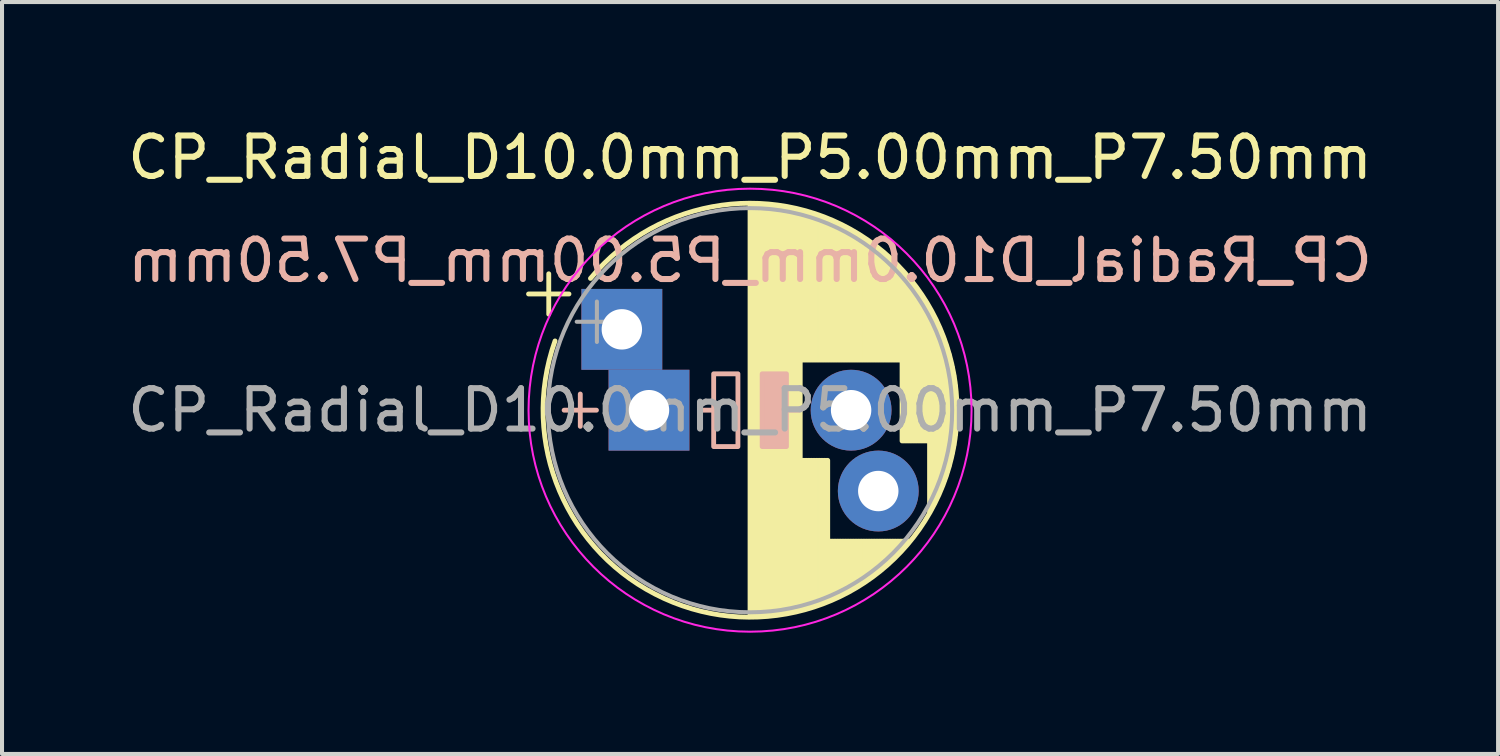
<source format=kicad_pcb>
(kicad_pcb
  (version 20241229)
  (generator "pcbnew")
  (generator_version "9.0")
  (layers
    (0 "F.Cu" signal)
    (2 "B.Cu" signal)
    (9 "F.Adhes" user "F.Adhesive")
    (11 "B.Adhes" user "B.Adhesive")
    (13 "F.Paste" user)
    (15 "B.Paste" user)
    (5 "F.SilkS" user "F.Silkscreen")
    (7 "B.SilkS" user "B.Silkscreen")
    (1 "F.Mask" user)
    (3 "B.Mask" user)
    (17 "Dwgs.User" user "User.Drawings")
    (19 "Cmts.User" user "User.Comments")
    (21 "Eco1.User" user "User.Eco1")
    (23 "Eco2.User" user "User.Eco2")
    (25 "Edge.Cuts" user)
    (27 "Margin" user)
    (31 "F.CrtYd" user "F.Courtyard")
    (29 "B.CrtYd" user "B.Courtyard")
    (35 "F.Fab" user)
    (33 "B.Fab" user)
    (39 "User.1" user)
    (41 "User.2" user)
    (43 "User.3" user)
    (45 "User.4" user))
  (footprint "CP_Radial_D10.0mm_P5.00mm_P7.50mm"
    (layer "F.Cu")
    (at 13.006 7.098)
    (property "Reference" "CP_Radial_D10.0mm_P5.00mm_P7.50mm" (at 2.5 -6.25 0) (layer "F.SilkS") (effects (font (size 1 1) (thickness 0.15))))
    (fp_line (start -2.98 -2.875) (end -1.98 -2.875) (stroke (width 0.12) (type solid)) (layer "F.SilkS"))
    (fp_line (start -2.48 -3.375) (end -2.48 -2.375) (stroke (width 0.12) (type solid)) (layer "F.SilkS"))
    (fp_line (start 2.5 -5.08) (end 2.5 5.08) (stroke (width 0.12) (type solid)) (layer "F.SilkS"))
    (fp_line (start 2.54 -5.08) (end 2.54 5.08) (stroke (width 0.12) (type solid)) (layer "F.SilkS"))
    (fp_line (start 2.58 -5.08) (end 2.58 5.08) (stroke (width 0.12) (type solid)) (layer "F.SilkS"))
    (fp_line (start 2.62 -5.079) (end 2.62 5.079) (stroke (width 0.12) (type solid)) (layer "F.SilkS"))
    (fp_line (start 2.66 -5.078) (end 2.66 5.078) (stroke (width 0.12) (type solid)) (layer "F.SilkS"))
    (fp_line (start 2.7 -5.077) (end 2.7 5.077) (stroke (width 0.12) (type solid)) (layer "F.SilkS"))
    (fp_line (start 2.74 -5.075) (end 2.74 5.075) (stroke (width 0.12) (type solid)) (layer "F.SilkS"))
    (fp_line (start 2.78 -5.073) (end 2.78 5.073) (stroke (width 0.12) (type solid)) (layer "F.SilkS"))
    (fp_line (start 2.82 -5.07) (end 2.82 5.07) (stroke (width 0.12) (type solid)) (layer "F.SilkS"))
    (fp_line (start 2.86 -5.068) (end 2.86 5.068) (stroke (width 0.12) (type solid)) (layer "F.SilkS"))
    (fp_line (start 2.9 -5.065) (end 2.9 5.065) (stroke (width 0.12) (type solid)) (layer "F.SilkS"))
    (fp_line (start 2.94 -5.062) (end 2.94 5.062) (stroke (width 0.12) (type solid)) (layer "F.SilkS"))
    (fp_line (start 2.98 -5.058) (end 2.98 5.058) (stroke (width 0.12) (type solid)) (layer "F.SilkS"))
    (fp_line (start 3.02 -5.054) (end 3.02 5.054) (stroke (width 0.12) (type solid)) (layer "F.SilkS"))
    (fp_line (start 3.06 -5.05) (end 3.06 5.05) (stroke (width 0.12) (type solid)) (layer "F.SilkS"))
    (fp_line (start 3.1 -5.045) (end 3.1 5.045) (stroke (width 0.12) (type solid)) (layer "F.SilkS"))
    (fp_line (start 3.14 -5.04) (end 3.14 5.04) (stroke (width 0.12) (type solid)) (layer "F.SilkS"))
    (fp_line (start 3.18 -5.035) (end 3.18 5.035) (stroke (width 0.12) (type solid)) (layer "F.SilkS"))
    (fp_line (start 3.221 -5.03) (end 3.221 5.03) (stroke (width 0.12) (type solid)) (layer "F.SilkS"))
    (fp_line (start 3.261 -5.024) (end 3.261 5.024) (stroke (width 0.12) (type solid)) (layer "F.SilkS"))
    (fp_line (start 3.301 -5.018) (end 3.301 5.018) (stroke (width 0.12) (type solid)) (layer "F.SilkS"))
    (fp_line (start 3.341 -5.011) (end 3.341 5.011) (stroke (width 0.12) (type solid)) (layer "F.SilkS"))
    (fp_line (start 3.381 -5.004) (end 3.381 5.004) (stroke (width 0.12) (type solid)) (layer "F.SilkS"))
    (fp_line (start 3.421 -4.997) (end 3.421 4.997) (stroke (width 0.12) (type solid)) (layer "F.SilkS"))
    (fp_line (start 3.461 -4.99) (end 3.461 4.99) (stroke (width 0.12) (type solid)) (layer "F.SilkS"))
    (fp_line (start 3.501 -4.982) (end 3.501 4.982) (stroke (width 0.12) (type solid)) (layer "F.SilkS"))
    (fp_line (start 3.541 -4.974) (end 3.541 4.974) (stroke (width 0.12) (type solid)) (layer "F.SilkS"))
    (fp_line (start 3.581 -4.965) (end 3.581 4.965) (stroke (width 0.12) (type solid)) (layer "F.SilkS"))
    (fp_line (start 3.621 -4.956) (end 3.621 4.956) (stroke (width 0.12) (type solid)) (layer "F.SilkS"))
    (fp_line (start 3.661 -4.947) (end 3.661 4.947) (stroke (width 0.12) (type solid)) (layer "F.SilkS"))
    (fp_line (start 3.701 -4.938) (end 3.701 4.938) (stroke (width 0.12) (type solid)) (layer "F.SilkS"))
    (fp_line (start 3.741 -4.928) (end 3.741 4.928) (stroke (width 0.12) (type solid)) (layer "F.SilkS"))
    (fp_line (start 3.781 -4.918) (end 3.781 -1.241) (stroke (width 0.12) (type solid)) (layer "F.SilkS"))
    (fp_line (start 3.781 1.241) (end 3.781 4.918) (stroke (width 0.12) (type solid)) (layer "F.SilkS"))
    (fp_line (start 3.821 -4.907) (end 3.821 -1.241) (stroke (width 0.12) (type solid)) (layer "F.SilkS"))
    (fp_line (start 3.821 1.241) (end 3.821 4.907) (stroke (width 0.12) (type solid)) (layer "F.SilkS"))
    (fp_line (start 3.861 -4.897) (end 3.861 -1.241) (stroke (width 0.12) (type solid)) (layer "F.SilkS"))
    (fp_line (start 3.861 1.241) (end 3.861 4.897) (stroke (width 0.12) (type solid)) (layer "F.SilkS"))
    (fp_line (start 3.901 -4.885) (end 3.901 -1.241) (stroke (width 0.12) (type solid)) (layer "F.SilkS"))
    (fp_line (start 3.901 1.241) (end 3.901 4.885) (stroke (width 0.12) (type solid)) (layer "F.SilkS"))
    (fp_line (start 3.941 -4.874) (end 3.941 -1.241) (stroke (width 0.12) (type solid)) (layer "F.SilkS"))
    (fp_line (start 3.941 1.241) (end 3.941 4.874) (stroke (width 0.12) (type solid)) (layer "F.SilkS"))
    (fp_line (start 3.981 -4.862) (end 3.981 -1.241) (stroke (width 0.12) (type solid)) (layer "F.SilkS"))
    (fp_line (start 3.981 1.241) (end 3.981 4.862) (stroke (width 0.12) (type solid)) (layer "F.SilkS"))
    (fp_line (start 4.021 -4.85) (end 4.021 -1.241) (stroke (width 0.12) (type solid)) (layer "F.SilkS"))
    (fp_line (start 4.021 1.241) (end 4.021 4.85) (stroke (width 0.12) (type solid)) (layer "F.SilkS"))
    (fp_line (start 4.061 -4.837) (end 4.061 -1.241) (stroke (width 0.12) (type solid)) (layer "F.SilkS"))
    (fp_line (start 4.061 1.241) (end 4.061 4.837) (stroke (width 0.12) (type solid)) (layer "F.SilkS"))
    (fp_line (start 4.101 -4.824) (end 4.101 -1.241) (stroke (width 0.12) (type solid)) (layer "F.SilkS"))
    (fp_line (start 4.101 1.241) (end 4.101 4.824) (stroke (width 0.12) (type solid)) (layer "F.SilkS"))
    (fp_line (start 4.141 -4.811) (end 4.141 -1.241) (stroke (width 0.12) (type solid)) (layer "F.SilkS"))
    (fp_line (start 4.141 1.241) (end 4.141 4.811) (stroke (width 0.12) (type solid)) (layer "F.SilkS"))
    (fp_line (start 4.181 -4.797) (end 4.181 -1.241) (stroke (width 0.12) (type solid)) (layer "F.SilkS"))
    (fp_line (start 4.181 1.241) (end 4.181 4.797) (stroke (width 0.12) (type solid)) (layer "F.SilkS"))
    (fp_line (start 4.221 -4.783) (end 4.221 -1.241) (stroke (width 0.12) (type solid)) (layer "F.SilkS"))
    (fp_line (start 4.221 1.241) (end 4.221 4.783) (stroke (width 0.12) (type solid)) (layer "F.SilkS"))
    (fp_line (start 4.261 -4.768) (end 4.261 -1.241) (stroke (width 0.12) (type solid)) (layer "F.SilkS"))
    (fp_line (start 4.261 1.241) (end 4.261 4.768) (stroke (width 0.12) (type solid)) (layer "F.SilkS"))
    (fp_line (start 4.301 -4.754) (end 4.301 -1.241) (stroke (width 0.12) (type solid)) (layer "F.SilkS"))
    (fp_line (start 4.301 1.241) (end 4.301 4.754) (stroke (width 0.12) (type solid)) (layer "F.SilkS"))
    (fp_line (start 4.341 -4.738) (end 4.341 -1.241) (stroke (width 0.12) (type solid)) (layer "F.SilkS"))
    (fp_line (start 4.341 1.241) (end 4.341 4.738) (stroke (width 0.12) (type solid)) (layer "F.SilkS"))
    (fp_line (start 4.381 -4.723) (end 4.381 -1.241) (stroke (width 0.12) (type solid)) (layer "F.SilkS"))
    (fp_line (start 4.381 1.241) (end 4.381 4.723) (stroke (width 0.12) (type solid)) (layer "F.SilkS"))
    (fp_line (start 4.421 -4.707) (end 4.421 -1.241) (stroke (width 0.12) (type solid)) (layer "F.SilkS"))
    (fp_line (start 4.421 1.241) (end 4.421 4.707) (stroke (width 0.12) (type solid)) (layer "F.SilkS"))
    (fp_line (start 4.461 -4.69) (end 4.461 -1.241) (stroke (width 0.12) (type solid)) (layer "F.SilkS"))
    (fp_line (start 4.461 3.24) (end 4.461 4.69) (stroke (width 0.12) (type solid)) (layer "F.SilkS"))
    (fp_line (start 4.501 -4.674) (end 4.501 -1.241) (stroke (width 0.12) (type solid)) (layer "F.SilkS"))
    (fp_line (start 4.501 3.24) (end 4.501 4.674) (stroke (width 0.12) (type solid)) (layer "F.SilkS"))
    (fp_line (start 4.541 -4.657) (end 4.541 -1.241) (stroke (width 0.12) (type solid)) (layer "F.SilkS"))
    (fp_line (start 4.541 3.24) (end 4.541 4.657) (stroke (width 0.12) (type solid)) (layer "F.SilkS"))
    (fp_line (start 4.581 -4.639) (end 4.581 -1.241) (stroke (width 0.12) (type solid)) (layer "F.SilkS"))
    (fp_line (start 4.581 3.24) (end 4.581 4.639) (stroke (width 0.12) (type solid)) (layer "F.SilkS"))
    (fp_line (start 4.621 -4.621) (end 4.621 -1.241) (stroke (width 0.12) (type solid)) (layer "F.SilkS"))
    (fp_line (start 4.621 3.24) (end 4.621 4.621) (stroke (width 0.12) (type solid)) (layer "F.SilkS"))
    (fp_line (start 4.661 -4.603) (end 4.661 -1.241) (stroke (width 0.12) (type solid)) (layer "F.SilkS"))
    (fp_line (start 4.661 3.24) (end 4.661 4.603) (stroke (width 0.12) (type solid)) (layer "F.SilkS"))
    (fp_line (start 4.701 -4.584) (end 4.701 -1.241) (stroke (width 0.12) (type solid)) (layer "F.SilkS"))
    (fp_line (start 4.701 3.24) (end 4.701 4.584) (stroke (width 0.12) (type solid)) (layer "F.SilkS"))
    (fp_line (start 4.741 -4.564) (end 4.741 -1.241) (stroke (width 0.12) (type solid)) (layer "F.SilkS"))
    (fp_line (start 4.741 3.24) (end 4.741 4.564) (stroke (width 0.12) (type solid)) (layer "F.SilkS"))
    (fp_line (start 4.781 -4.545) (end 4.781 -1.241) (stroke (width 0.12) (type solid)) (layer "F.SilkS"))
    (fp_line (start 4.781 3.24) (end 4.781 4.545) (stroke (width 0.12) (type solid)) (layer "F.SilkS"))
    (fp_line (start 4.821 -4.525) (end 4.821 -1.241) (stroke (width 0.12) (type solid)) (layer "F.SilkS"))
    (fp_line (start 4.821 3.24) (end 4.821 4.525) (stroke (width 0.12) (type solid)) (layer "F.SilkS"))
    (fp_line (start 4.861 -4.504) (end 4.861 -1.241) (stroke (width 0.12) (type solid)) (layer "F.SilkS"))
    (fp_line (start 4.861 3.24) (end 4.861 4.504) (stroke (width 0.12) (type solid)) (layer "F.SilkS"))
    (fp_line (start 4.901 -4.483) (end 4.901 -1.241) (stroke (width 0.12) (type solid)) (layer "F.SilkS"))
    (fp_line (start 4.901 3.24) (end 4.901 4.483) (stroke (width 0.12) (type solid)) (layer "F.SilkS"))
    (fp_line (start 4.941 -4.462) (end 4.941 -1.241) (stroke (width 0.12) (type solid)) (layer "F.SilkS"))
    (fp_line (start 4.941 3.24) (end 4.941 4.462) (stroke (width 0.12) (type solid)) (layer "F.SilkS"))
    (fp_line (start 4.981 -4.44) (end 4.981 -1.241) (stroke (width 0.12) (type solid)) (layer "F.SilkS"))
    (fp_line (start 4.981 3.24) (end 4.981 4.44) (stroke (width 0.12) (type solid)) (layer "F.SilkS"))
    (fp_line (start 5.021 -4.417) (end 5.021 -1.241) (stroke (width 0.12) (type solid)) (layer "F.SilkS"))
    (fp_line (start 5.021 3.24) (end 5.021 4.417) (stroke (width 0.12) (type solid)) (layer "F.SilkS"))
    (fp_line (start 5.061 -4.395) (end 5.061 -1.241) (stroke (width 0.12) (type solid)) (layer "F.SilkS"))
    (fp_line (start 5.061 3.24) (end 5.061 4.395) (stroke (width 0.12) (type solid)) (layer "F.SilkS"))
    (fp_line (start 5.101 -4.371) (end 5.101 -1.241) (stroke (width 0.12) (type solid)) (layer "F.SilkS"))
    (fp_line (start 5.101 3.24) (end 5.101 4.371) (stroke (width 0.12) (type solid)) (layer "F.SilkS"))
    (fp_line (start 5.141 -4.347) (end 5.141 -1.241) (stroke (width 0.12) (type solid)) (layer "F.SilkS"))
    (fp_line (start 5.141 3.24) (end 5.141 4.347) (stroke (width 0.12) (type solid)) (layer "F.SilkS"))
    (fp_line (start 5.181 -4.323) (end 5.181 -1.241) (stroke (width 0.12) (type solid)) (layer "F.SilkS"))
    (fp_line (start 5.181 3.24) (end 5.181 4.323) (stroke (width 0.12) (type solid)) (layer "F.SilkS"))
    (fp_line (start 5.221 -4.298) (end 5.221 -1.241) (stroke (width 0.12) (type solid)) (layer "F.SilkS"))
    (fp_line (start 5.221 3.24) (end 5.221 4.298) (stroke (width 0.12) (type solid)) (layer "F.SilkS"))
    (fp_line (start 5.261 -4.273) (end 5.261 -1.241) (stroke (width 0.12) (type solid)) (layer "F.SilkS"))
    (fp_line (start 5.261 3.24) (end 5.261 4.273) (stroke (width 0.12) (type solid)) (layer "F.SilkS"))
    (fp_line (start 5.301 -4.247) (end 5.301 -1.241) (stroke (width 0.12) (type solid)) (layer "F.SilkS"))
    (fp_line (start 5.301 3.24) (end 5.301 4.247) (stroke (width 0.12) (type solid)) (layer "F.SilkS"))
    (fp_line (start 5.341 -4.221) (end 5.341 -1.241) (stroke (width 0.12) (type solid)) (layer "F.SilkS"))
    (fp_line (start 5.341 3.24) (end 5.341 4.221) (stroke (width 0.12) (type solid)) (layer "F.SilkS"))
    (fp_line (start 5.381 -4.194) (end 5.381 -1.241) (stroke (width 0.12) (type solid)) (layer "F.SilkS"))
    (fp_line (start 5.381 3.24) (end 5.381 4.194) (stroke (width 0.12) (type solid)) (layer "F.SilkS"))
    (fp_line (start 5.421 -4.166) (end 5.421 -1.241) (stroke (width 0.12) (type solid)) (layer "F.SilkS"))
    (fp_line (start 5.421 3.24) (end 5.421 4.166) (stroke (width 0.12) (type solid)) (layer "F.SilkS"))
    (fp_line (start 5.461 -4.138) (end 5.461 -1.241) (stroke (width 0.12) (type solid)) (layer "F.SilkS"))
    (fp_line (start 5.461 3.24) (end 5.461 4.138) (stroke (width 0.12) (type solid)) (layer "F.SilkS"))
    (fp_line (start 5.501 -4.11) (end 5.501 -1.241) (stroke (width 0.12) (type solid)) (layer "F.SilkS"))
    (fp_line (start 5.501 3.24) (end 5.501 4.11) (stroke (width 0.12) (type solid)) (layer "F.SilkS"))
    (fp_line (start 5.541 -4.08) (end 5.541 -1.241) (stroke (width 0.12) (type solid)) (layer "F.SilkS"))
    (fp_line (start 5.541 3.24) (end 5.541 4.08) (stroke (width 0.12) (type solid)) (layer "F.SilkS"))
    (fp_line (start 5.581 -4.05) (end 5.581 -1.241) (stroke (width 0.12) (type solid)) (layer "F.SilkS"))
    (fp_line (start 5.581 3.24) (end 5.581 4.05) (stroke (width 0.12) (type solid)) (layer "F.SilkS"))
    (fp_line (start 5.621 -4.02) (end 5.621 -1.241) (stroke (width 0.12) (type solid)) (layer "F.SilkS"))
    (fp_line (start 5.621 3.24) (end 5.621 4.02) (stroke (width 0.12) (type solid)) (layer "F.SilkS"))
    (fp_line (start 5.661 -3.989) (end 5.661 -1.241) (stroke (width 0.12) (type solid)) (layer "F.SilkS"))
    (fp_line (start 5.661 3.24) (end 5.661 3.989) (stroke (width 0.12) (type solid)) (layer "F.SilkS"))
    (fp_line (start 5.701 -3.957) (end 5.701 -1.241) (stroke (width 0.12) (type solid)) (layer "F.SilkS"))
    (fp_line (start 5.701 3.24) (end 5.701 3.957) (stroke (width 0.12) (type solid)) (layer "F.SilkS"))
    (fp_line (start 5.741 -3.925) (end 5.741 -1.241) (stroke (width 0.12) (type solid)) (layer "F.SilkS"))
    (fp_line (start 5.741 3.24) (end 5.741 3.925) (stroke (width 0.12) (type solid)) (layer "F.SilkS"))
    (fp_line (start 5.781 -3.892) (end 5.781 -1.241) (stroke (width 0.12) (type solid)) (layer "F.SilkS"))
    (fp_line (start 5.781 3.24) (end 5.781 3.892) (stroke (width 0.12) (type solid)) (layer "F.SilkS"))
    (fp_line (start 5.821 -3.858) (end 5.821 -1.241) (stroke (width 0.12) (type solid)) (layer "F.SilkS"))
    (fp_line (start 5.821 3.24) (end 5.821 3.858) (stroke (width 0.12) (type solid)) (layer "F.SilkS"))
    (fp_line (start 5.861 -3.824) (end 5.861 -1.241) (stroke (width 0.12) (type solid)) (layer "F.SilkS"))
    (fp_line (start 5.861 3.24) (end 5.861 3.824) (stroke (width 0.12) (type solid)) (layer "F.SilkS"))
    (fp_line (start 5.901 -3.789) (end 5.901 -1.241) (stroke (width 0.12) (type solid)) (layer "F.SilkS"))
    (fp_line (start 5.901 3.24) (end 5.901 3.789) (stroke (width 0.12) (type solid)) (layer "F.SilkS"))
    (fp_line (start 5.941 -3.753) (end 5.941 -1.241) (stroke (width 0.12) (type solid)) (layer "F.SilkS"))
    (fp_line (start 5.941 3.24) (end 5.941 3.753) (stroke (width 0.12) (type solid)) (layer "F.SilkS"))
    (fp_line (start 5.981 -3.716) (end 5.981 -1.241) (stroke (width 0.12) (type solid)) (layer "F.SilkS"))
    (fp_line (start 5.981 3.24) (end 5.981 3.716) (stroke (width 0.12) (type solid)) (layer "F.SilkS"))
    (fp_line (start 6.021 -3.679) (end 6.021 -1.241) (stroke (width 0.12) (type solid)) (layer "F.SilkS"))
    (fp_line (start 6.021 3.24) (end 6.021 3.679) (stroke (width 0.12) (type solid)) (layer "F.SilkS"))
    (fp_line (start 6.061 -3.64) (end 6.061 -1.241) (stroke (width 0.12) (type solid)) (layer "F.SilkS"))
    (fp_line (start 6.061 3.24) (end 6.061 3.64) (stroke (width 0.12) (type solid)) (layer "F.SilkS"))
    (fp_line (start 6.101 -3.601) (end 6.101 -1.241) (stroke (width 0.12) (type solid)) (layer "F.SilkS"))
    (fp_line (start 6.101 3.24) (end 6.101 3.601) (stroke (width 0.12) (type solid)) (layer "F.SilkS"))
    (fp_line (start 6.141 -3.561) (end 6.141 -1.241) (stroke (width 0.12) (type solid)) (layer "F.SilkS"))
    (fp_line (start 6.141 3.24) (end 6.141 3.561) (stroke (width 0.12) (type solid)) (layer "F.SilkS"))
    (fp_line (start 6.181 -3.52) (end 6.181 -1.241) (stroke (width 0.12) (type solid)) (layer "F.SilkS"))
    (fp_line (start 6.181 3.24) (end 6.181 3.52) (stroke (width 0.12) (type solid)) (layer "F.SilkS"))
    (fp_line (start 6.221 -3.478) (end 6.221 -1.241) (stroke (width 0.12) (type solid)) (layer "F.SilkS"))
    (fp_line (start 6.221 3.24) (end 6.221 3.478) (stroke (width 0.12) (type solid)) (layer "F.SilkS"))
    (fp_line (start 6.261 -3.436) (end 6.261 0.76) (stroke (width 0.12) (type solid)) (layer "F.SilkS"))
    (fp_line (start 6.261 3.24) (end 6.261 3.436) (stroke (width 0.12) (type solid)) (layer "F.SilkS"))
    (fp_line (start 6.301 -3.392) (end 6.301 0.76) (stroke (width 0.12) (type solid)) (layer "F.SilkS"))
    (fp_line (start 6.301 3.24) (end 6.301 3.392) (stroke (width 0.12) (type solid)) (layer "F.SilkS"))
    (fp_line (start 6.341 -3.347) (end 6.341 0.76) (stroke (width 0.12) (type solid)) (layer "F.SilkS"))
    (fp_line (start 6.341 3.24) (end 6.341 3.347) (stroke (width 0.12) (type solid)) (layer "F.SilkS"))
    (fp_line (start 6.381 -3.301) (end 6.381 0.76) (stroke (width 0.12) (type solid)) (layer "F.SilkS"))
    (fp_line (start 6.381 3.24) (end 6.381 3.301) (stroke (width 0.12) (type solid)) (layer "F.SilkS"))
    (fp_line (start 6.421 -3.254) (end 6.421 0.76) (stroke (width 0.12) (type solid)) (layer "F.SilkS"))
    (fp_line (start 6.421 3.24) (end 6.421 3.254) (stroke (width 0.12) (type solid)) (layer "F.SilkS"))
    (fp_line (start 6.461 -3.206) (end 6.461 0.76) (stroke (width 0.12) (type solid)) (layer "F.SilkS"))
    (fp_line (start 6.501 -3.156) (end 6.501 0.76) (stroke (width 0.12) (type solid)) (layer "F.SilkS"))
    (fp_line (start 6.541 -3.106) (end 6.541 0.76) (stroke (width 0.12) (type solid)) (layer "F.SilkS"))
    (fp_line (start 6.581 -3.054) (end 6.581 0.76) (stroke (width 0.12) (type solid)) (layer "F.SilkS"))
    (fp_line (start 6.621 -3) (end 6.621 0.76) (stroke (width 0.12) (type solid)) (layer "F.SilkS"))
    (fp_line (start 6.661 -2.945) (end 6.661 0.76) (stroke (width 0.12) (type solid)) (layer "F.SilkS"))
    (fp_line (start 6.701 -2.889) (end 6.701 0.76) (stroke (width 0.12) (type solid)) (layer "F.SilkS"))
    (fp_line (start 6.741 -2.83) (end 6.741 0.76) (stroke (width 0.12) (type solid)) (layer "F.SilkS"))
    (fp_line (start 6.781 -2.77) (end 6.781 0.76) (stroke (width 0.12) (type solid)) (layer "F.SilkS"))
    (fp_line (start 6.821 -2.709) (end 6.821 0.76) (stroke (width 0.12) (type solid)) (layer "F.SilkS"))
    (fp_line (start 6.861 -2.645) (end 6.861 0.76) (stroke (width 0.12) (type solid)) (layer "F.SilkS"))
    (fp_line (start 6.901 -2.579) (end 6.901 0.76) (stroke (width 0.12) (type solid)) (layer "F.SilkS"))
    (fp_line (start 6.941 -2.51) (end 6.941 2.51) (stroke (width 0.12) (type solid)) (layer "F.SilkS"))
    (fp_line (start 6.981 -2.439) (end 6.981 2.439) (stroke (width 0.12) (type solid)) (layer "F.SilkS"))
    (fp_line (start 7.021 -2.365) (end 7.021 2.365) (stroke (width 0.12) (type solid)) (layer "F.SilkS"))
    (fp_line (start 7.061 -2.289) (end 7.061 2.289) (stroke (width 0.12) (type solid)) (layer "F.SilkS"))
    (fp_line (start 7.101 -2.209) (end 7.101 2.209) (stroke (width 0.12) (type solid)) (layer "F.SilkS"))
    (fp_line (start 7.141 -2.125) (end 7.141 2.125) (stroke (width 0.12) (type solid)) (layer "F.SilkS"))
    (fp_line (start 7.181 -2.037) (end 7.181 2.037) (stroke (width 0.12) (type solid)) (layer "F.SilkS"))
    (fp_line (start 7.221 -1.944) (end 7.221 1.944) (stroke (width 0.12) (type solid)) (layer "F.SilkS"))
    (fp_line (start 7.261 -1.846) (end 7.261 1.846) (stroke (width 0.12) (type solid)) (layer "F.SilkS"))
    (fp_line (start 7.301 -1.742) (end 7.301 1.742) (stroke (width 0.12) (type solid)) (layer "F.SilkS"))
    (fp_line (start 7.341 -1.63) (end 7.341 1.63) (stroke (width 0.12) (type solid)) (layer "F.SilkS"))
    (fp_line (start 7.381 -1.51) (end 7.381 1.51) (stroke (width 0.12) (type solid)) (layer "F.SilkS"))
    (fp_line (start 7.421 -1.378) (end 7.421 1.378) (stroke (width 0.12) (type solid)) (layer "F.SilkS"))
    (fp_line (start 7.461 -1.23) (end 7.461 1.23) (stroke (width 0.12) (type solid)) (layer "F.SilkS"))
    (fp_line (start 7.501 -1.062) (end 7.501 1.062) (stroke (width 0.12) (type solid)) (layer "F.SilkS"))
    (fp_line (start 7.541 -0.862) (end 7.541 0.862) (stroke (width 0.12) (type solid)) (layer "F.SilkS"))
    (fp_line (start 7.581 -0.599) (end 7.581 0.599) (stroke (width 0.12) (type solid)) (layer "F.SilkS"))
    (fp_arc (start -1.448012 -3.26) (mid 6.954126 2.524908) (end -2.324903 -1.713098) (stroke (width 0.12) (type solid)) (layer "F.SilkS"))
    (fp_line (start -1.7 -0.4) (end -1.7 0.4) (stroke (width 0.12) (type solid)) (layer "B.SilkS"))
    (fp_line (start -1.3 0) (end -2.1 0) (stroke (width 0.12) (type solid)) (layer "B.SilkS"))
    (fp_line (start 1.6 0) (end 1.3 0) (stroke (width 0.12) (type solid)) (layer "B.SilkS"))
    (fp_line (start 3.7 0) (end 3.4 0) (stroke (width 0.12) (type solid)) (layer "B.SilkS"))
    (fp_rect (start 2.2 -0.9) (end 1.6 0.9) (stroke (width 0.12) (type solid)) (fill no) (layer "B.SilkS"))
    (fp_rect (start 3.4 -0.9) (end 2.8 0.9) (stroke (width 0.12) (type solid)) (fill yes) (layer "B.SilkS"))
    (fp_circle (center 2.5 0) (end 7.98 0) (stroke (width 0.05) (type solid)) (fill no) (layer "F.CrtYd"))
    (fp_line (start -1.789 -2.188) (end -0.789 -2.188) (stroke (width 0.1) (type solid)) (layer "F.Fab"))
    (fp_line (start -1.289 -2.688) (end -1.289 -1.688) (stroke (width 0.1) (type solid)) (layer "F.Fab"))
    (fp_circle (center 2.5 0) (end 7.5 0) (stroke (width 0.1) (type solid)) (fill no) (layer "F.Fab"))
    (fp_text user "${REFERENCE}" (at 2.5 -3.7 0) (layer "B.SilkS") (effects (font (size 1 1) (thickness 0.15)) (justify mirror)))
    (fp_text user "${REFERENCE}" (at 2.5 0 0) (layer "F.Fab") (effects (font (size 1 1) (thickness 0.15))))
    (pad "1" thru_hole rect (at -0.672 -2) (size 2 2) (drill 1) (layers "*.Cu" "*.Mask"))
    (pad "1" thru_hole rect (at 0 0) (size 2 2) (drill 1) (layers "*.Cu" "*.Mask"))
    (pad "2" thru_hole circle (at 5 0) (size 2 2) (drill 1) (layers "*.Cu" "*.Mask"))
    (pad "2" thru_hole circle (at 5.672 2) (size 2 2) (drill 1) (layers "*.Cu" "*.Mask")))
  (gr_rect
    (start -3 -3)
    (end 34.012 15.603)
    (stroke (width 0.1) (type default))
    (fill no)
    (layer "Edge.Cuts")))
</source>
